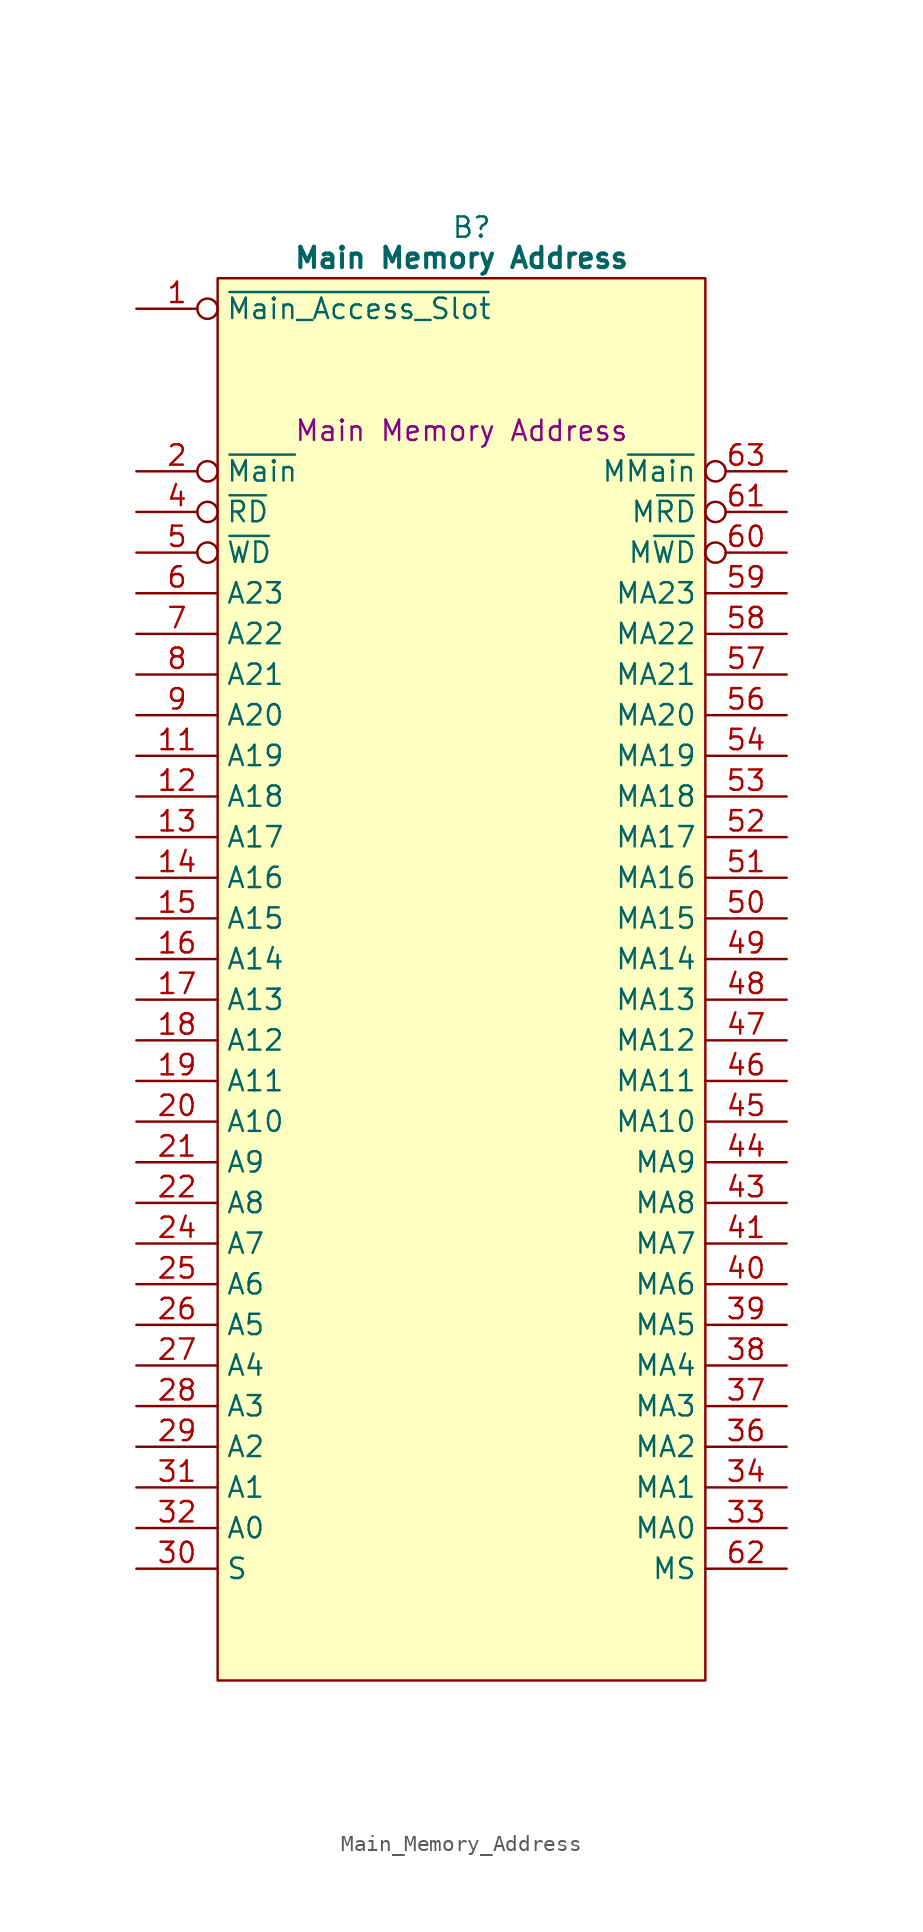
<source format=kicad_sym>
(kicad_symbol_lib
  (version 20220914)
  (generator kicad_symbol_editor)
  (symbol "Main_Memory_Address"
    (property "Reference" "B"
      (at 15.875 5.08 0)
      (effects (font (size 1.27 1.27))))
    (property "Value" "Main Memory Address"
      (at 15.24 3.175 0)
      (effects (font (size 1.27 1.27) bold)))
    (property "Description" "Main Memory Address"
      (at 15.24 -7.62 0)
      (effects (font (size 1.27 1.27))))
    (symbol "Main_Memory_Address_0_1"
      (polyline (pts (xy 0 1.905) (xy 30.48 1.905) (xy 30.48 -85.725) (xy 0 -85.725) (xy 0 1.905)) (stroke (width 0.152) (type default)) (fill (type background))))
    (symbol "Main_Memory_Address_1_0"
      (pin input line (at -5.08 -76.2 0) (length 5.08) (name "A0" (effects (font (size 1.27 1.27)))) (number "32" (effects (font (size 1.27 1.27)))))
      (pin output line (at 35.56 -76.2 180) (length 5.08) (name "MA0" (effects (font (size 1.27 1.27)))) (number "33" (effects (font (size 1.27 1.27)))))
      (pin output line (at 35.56 -73.66 180) (length 5.08) (name "MA1" (effects (font (size 1.27 1.27)))) (number "34" (effects (font (size 1.27 1.27)))))
      (pin output line (at 35.56 -71.12 180) (length 5.08) (name "MA2" (effects (font (size 1.27 1.27)))) (number "36" (effects (font (size 1.27 1.27)))))
      (pin output line (at 35.56 -68.58 180) (length 5.08) (name "MA3" (effects (font (size 1.27 1.27)))) (number "37" (effects (font (size 1.27 1.27)))))
      (pin output line (at 35.56 -66.04 180) (length 5.08) (name "MA4" (effects (font (size 1.27 1.27)))) (number "38" (effects (font (size 1.27 1.27)))))
      (pin output line (at 35.56 -63.5 180) (length 5.08) (name "MA5" (effects (font (size 1.27 1.27)))) (number "39" (effects (font (size 1.27 1.27)))))
      (pin output line (at 35.56 -50.8 180) (length 5.08) (name "MA10" (effects (font (size 1.27 1.27)))) (number "45" (effects (font (size 1.27 1.27)))))
      (pin output line (at 35.56 -27.94 180) (length 5.08) (name "MA19" (effects (font (size 1.27 1.27)))) (number "54" (effects (font (size 1.27 1.27)))))
      (pin output line (at 35.56 -25.4 180) (length 5.08) (name "MA20" (effects (font (size 1.27 1.27)))) (number "56" (effects (font (size 1.27 1.27)))))
      (pin output line (at 35.56 -22.86 180) (length 5.08) (name "MA21" (effects (font (size 1.27 1.27)))) (number "57" (effects (font (size 1.27 1.27)))))
      (pin output line (at 35.56 -20.32 180) (length 5.08) (name "MA22" (effects (font (size 1.27 1.27)))) (number "58" (effects (font (size 1.27 1.27)))))
      (pin output line (at 35.56 -17.78 180) (length 5.08) (name "MA23" (effects (font (size 1.27 1.27)))) (number "59" (effects (font (size 1.27 1.27)))))
      (pin output inverted (at 35.56 -15.24 180) (length 5.08) (name "M~{WD}" (effects (font (size 1.27 1.27)))) (number "60" (effects (font (size 1.27 1.27)))))
      (pin output inverted (at 35.56 -12.7 180) (length 5.08) (name "M~{RD}" (effects (font (size 1.27 1.27)))) (number "61" (effects (font (size 1.27 1.27))))))
    (symbol "Main_Memory_Address_1_1"
      (pin input inverted (at -5.08 0 0) (length 5.08) (name "~{Main_Access_Slot}" (effects (font (size 1.27 1.27)))) (number "1" (effects (font (size 1.27 1.27)))))
      (pin passive line (at 35.56 0 180) (length 5.08) hide (name "GND" (effects (font (size 1.27 1.27)))) (number "10" (effects (font (size 1.27 1.27)))))
      (pin input line (at -5.08 -27.94 0) (length 5.08) (name "A19" (effects (font (size 1.27 1.27)))) (number "11" (effects (font (size 1.27 1.27)))))
      (pin input line (at -5.08 -30.48 0) (length 5.08) (name "A18" (effects (font (size 1.27 1.27)))) (number "12" (effects (font (size 1.27 1.27)))))
      (pin input line (at -5.08 -33.02 0) (length 5.08) (name "A17" (effects (font (size 1.27 1.27)))) (number "13" (effects (font (size 1.27 1.27)))))
      (pin input line (at -5.08 -35.56 0) (length 5.08) (name "A16" (effects (font (size 1.27 1.27)))) (number "14" (effects (font (size 1.27 1.27)))))
      (pin input line (at -5.08 -38.1 0) (length 5.08) (name "A15" (effects (font (size 1.27 1.27)))) (number "15" (effects (font (size 1.27 1.27)))))
      (pin input line (at -5.08 -40.64 0) (length 5.08) (name "A14" (effects (font (size 1.27 1.27)))) (number "16" (effects (font (size 1.27 1.27)))))
      (pin input line (at -5.08 -43.18 0) (length 5.08) (name "A13" (effects (font (size 1.27 1.27)))) (number "17" (effects (font (size 1.27 1.27)))))
      (pin input line (at -5.08 -45.72 0) (length 5.08) (name "A12" (effects (font (size 1.27 1.27)))) (number "18" (effects (font (size 1.27 1.27)))))
      (pin input line (at -5.08 -48.26 0) (length 5.08) (name "A11" (effects (font (size 1.27 1.27)))) (number "19" (effects (font (size 1.27 1.27)))))
      (pin input inverted (at -5.08 -10.16 0) (length 5.08) (name "~{Main}" (effects (font (size 1.27 1.27)))) (number "2" (effects (font (size 1.27 1.27)))))
      (pin input line (at -5.08 -50.8 0) (length 5.08) (name "A10" (effects (font (size 1.27 1.27)))) (number "20" (effects (font (size 1.27 1.27)))))
      (pin input line (at -5.08 -53.34 0) (length 5.08) (name "A9" (effects (font (size 1.27 1.27)))) (number "21" (effects (font (size 1.27 1.27)))))
      (pin input line (at -5.08 -55.88 0) (length 5.08) (name "A8" (effects (font (size 1.27 1.27)))) (number "22" (effects (font (size 1.27 1.27)))))
      (pin passive line (at 35.56 -2.54 180) (length 5.08) hide (name "GND" (effects (font (size 1.27 1.27)))) (number "23" (effects (font (size 1.27 1.27)))))
      (pin input line (at -5.08 -58.42 0) (length 5.08) (name "A7" (effects (font (size 1.27 1.27)))) (number "24" (effects (font (size 1.27 1.27)))))
      (pin input line (at -5.08 -60.96 0) (length 5.08) (name "A6" (effects (font (size 1.27 1.27)))) (number "25" (effects (font (size 1.27 1.27)))))
      (pin input line (at -5.08 -63.5 0) (length 5.08) (name "A5" (effects (font (size 1.27 1.27)))) (number "26" (effects (font (size 1.27 1.27)))))
      (pin input line (at -5.08 -66.04 0) (length 5.08) (name "A4" (effects (font (size 1.27 1.27)))) (number "27" (effects (font (size 1.27 1.27)))))
      (pin input line (at -5.08 -68.58 0) (length 5.08) (name "A3" (effects (font (size 1.27 1.27)))) (number "28" (effects (font (size 1.27 1.27)))))
      (pin input line (at -5.08 -71.12 0) (length 5.08) (name "A2" (effects (font (size 1.27 1.27)))) (number "29" (effects (font (size 1.27 1.27)))))
      (pin passive line (at -5.08 -81.28 0) (length 5.08) hide (name "5V" (effects (font (size 1.27 1.27)))) (number "3" (effects (font (size 1.27 1.27)))))
      (pin input line (at -5.08 -78.74 0) (length 5.08) (name "S" (effects (font (size 1.27 1.27)))) (number "30" (effects (font (size 1.27 1.27)))))
      (pin input line (at -5.08 -73.66 0) (length 5.08) (name "A1" (effects (font (size 1.27 1.27)))) (number "31" (effects (font (size 1.27 1.27)))))
      (pin passive line (at -5.08 -83.82 0) (length 5.08) hide (name "5V" (effects (font (size 1.27 1.27)))) (number "35" (effects (font (size 1.27 1.27)))))
      (pin input inverted (at -5.08 -12.7 0) (length 5.08) (name "~{RD}" (effects (font (size 1.27 1.27)))) (number "4" (effects (font (size 1.27 1.27)))))
      (pin output line (at 35.56 -60.96 180) (length 5.08) (name "MA6" (effects (font (size 1.27 1.27)))) (number "40" (effects (font (size 1.27 1.27)))))
      (pin output line (at 35.56 -58.42 180) (length 5.08) (name "MA7" (effects (font (size 1.27 1.27)))) (number "41" (effects (font (size 1.27 1.27)))))
      (pin passive line (at 35.56 -5.08 180) (length 5.08) hide (name "GND" (effects (font (size 1.27 1.27)))) (number "42" (effects (font (size 1.27 1.27)))))
      (pin output line (at 35.56 -55.88 180) (length 5.08) (name "MA8" (effects (font (size 1.27 1.27)))) (number "43" (effects (font (size 1.27 1.27)))))
      (pin output line (at 35.56 -53.34 180) (length 5.08) (name "MA9" (effects (font (size 1.27 1.27)))) (number "44" (effects (font (size 1.27 1.27)))))
      (pin output line (at 35.56 -48.26 180) (length 5.08) (name "MA11" (effects (font (size 1.27 1.27)))) (number "46" (effects (font (size 1.27 1.27)))))
      (pin output line (at 35.56 -45.72 180) (length 5.08) (name "MA12" (effects (font (size 1.27 1.27)))) (number "47" (effects (font (size 1.27 1.27)))))
      (pin output line (at 35.56 -43.18 180) (length 5.08) (name "MA13" (effects (font (size 1.27 1.27)))) (number "48" (effects (font (size 1.27 1.27)))))
      (pin output line (at 35.56 -40.64 180) (length 5.08) (name "MA14" (effects (font (size 1.27 1.27)))) (number "49" (effects (font (size 1.27 1.27)))))
      (pin input inverted (at -5.08 -15.24 0) (length 5.08) (name "~{WD}" (effects (font (size 1.27 1.27)))) (number "5" (effects (font (size 1.27 1.27)))))
      (pin output line (at 35.56 -38.1 180) (length 5.08) (name "MA15" (effects (font (size 1.27 1.27)))) (number "50" (effects (font (size 1.27 1.27)))))
      (pin output line (at 35.56 -35.56 180) (length 5.08) (name "MA16" (effects (font (size 1.27 1.27)))) (number "51" (effects (font (size 1.27 1.27)))))
      (pin output line (at 35.56 -33.02 180) (length 5.08) (name "MA17" (effects (font (size 1.27 1.27)))) (number "52" (effects (font (size 1.27 1.27)))))
      (pin output line (at 35.56 -30.48 180) (length 5.08) (name "MA18" (effects (font (size 1.27 1.27)))) (number "53" (effects (font (size 1.27 1.27)))))
      (pin passive line (at 35.56 -7.62 180) (length 5.08) hide (name "GND" (effects (font (size 1.27 1.27)))) (number "55" (effects (font (size 1.27 1.27)))))
      (pin input line (at -5.08 -17.78 0) (length 5.08) (name "A23" (effects (font (size 1.27 1.27)))) (number "6" (effects (font (size 1.27 1.27)))))
      (pin output line (at 35.56 -78.74 180) (length 5.08) (name "MS" (effects (font (size 1.27 1.27)))) (number "62" (effects (font (size 1.27 1.27)))))
      (pin output inverted (at 35.56 -10.16 180) (length 5.08) (name "M~{Main}" (effects (font (size 1.27 1.27)))) (number "63" (effects (font (size 1.27 1.27)))))
      (pin no_connect line (at 35.56 -83.82 180) (length 5.08) hide (name "N.C." (effects (font (size 1.27 1.27)))) (number "64" (effects (font (size 1.27 1.27)))))
      (pin input line (at -5.08 -20.32 0) (length 5.08) (name "A22" (effects (font (size 1.27 1.27)))) (number "7" (effects (font (size 1.27 1.27)))))
      (pin input line (at -5.08 -22.86 0) (length 5.08) (name "A21" (effects (font (size 1.27 1.27)))) (number "8" (effects (font (size 1.27 1.27)))))
      (pin input line (at -5.08 -25.4 0) (length 5.08) (name "A20" (effects (font (size 1.27 1.27)))) (number "9" (effects (font (size 1.27 1.27))))))))
</source>
